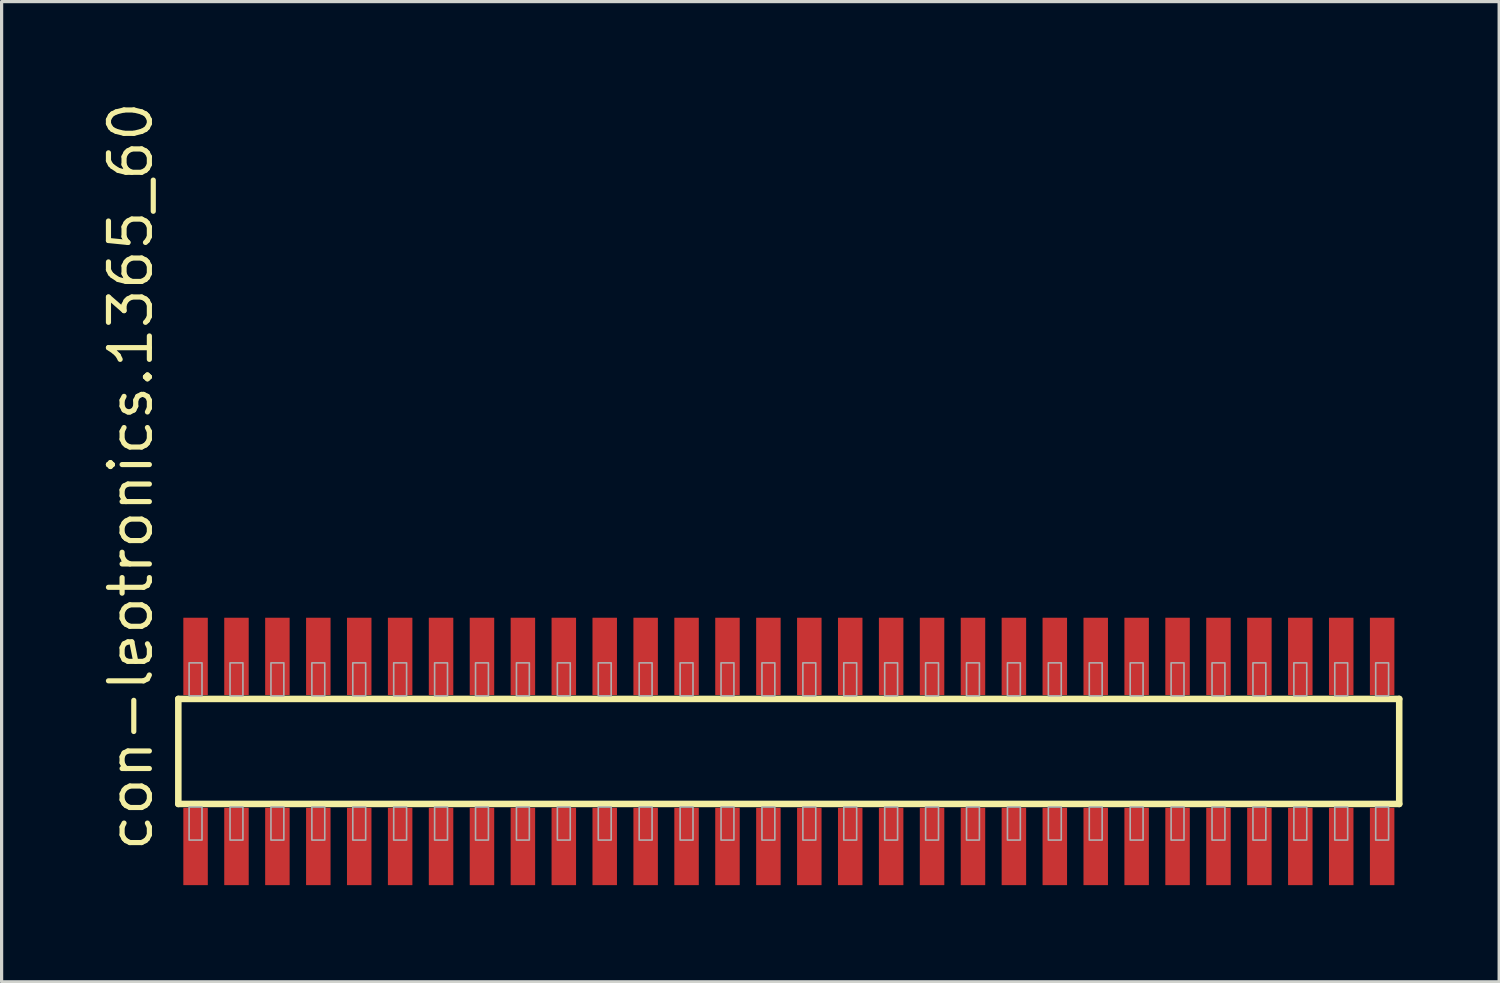
<source format=kicad_pcb>
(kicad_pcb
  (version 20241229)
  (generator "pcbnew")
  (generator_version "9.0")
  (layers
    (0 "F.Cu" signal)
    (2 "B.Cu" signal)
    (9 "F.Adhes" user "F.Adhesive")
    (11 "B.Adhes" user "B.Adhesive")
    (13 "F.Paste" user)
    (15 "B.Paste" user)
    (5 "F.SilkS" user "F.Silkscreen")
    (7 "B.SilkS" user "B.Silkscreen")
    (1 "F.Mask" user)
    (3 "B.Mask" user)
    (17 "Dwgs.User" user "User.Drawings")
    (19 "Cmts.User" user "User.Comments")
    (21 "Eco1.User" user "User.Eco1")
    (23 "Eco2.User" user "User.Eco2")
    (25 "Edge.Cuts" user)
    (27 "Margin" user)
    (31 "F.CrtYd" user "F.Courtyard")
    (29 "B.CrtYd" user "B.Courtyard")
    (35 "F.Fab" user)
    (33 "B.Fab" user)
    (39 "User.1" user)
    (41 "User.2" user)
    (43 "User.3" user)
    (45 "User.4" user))
  (footprint "con-leotronics.1365_60"
    (layer "F.Cu")
    (at 21.435 20.274)
    (property "Reference" "con-leotronics.1365_60" (at -19.685 3.175 90) (layer "F.SilkS") (effects (font (size 1.27 1.27) (thickness 0.16)) (justify left bottom)))
    (attr smd)
    (fp_line (start -18.95 -1.63) (end 18.945 -1.63) (stroke (width 0.203) (type default)) (layer "F.SilkS"))
    (fp_line (start -18.95 1.63) (end -18.95 -1.63) (stroke (width 0.203) (type default)) (layer "F.SilkS"))
    (fp_line (start 18.945 -1.63) (end 18.945 1.63) (stroke (width 0.203) (type default)) (layer "F.SilkS"))
    (fp_line (start 18.945 1.63) (end -18.95 1.63) (stroke (width 0.203) (type default)) (layer "F.SilkS"))
    (fp_rect (start -18.615 -1.725) (end -18.215 -2.75) (stroke (width 0.05) (type default)) (fill no) (layer "F.Fab"))
    (fp_rect (start -18.615 2.75) (end -18.215 1.725) (stroke (width 0.05) (type default)) (fill no) (layer "F.Fab"))
    (fp_rect (start -17.345 -1.725) (end -16.945 -2.75) (stroke (width 0.05) (type default)) (fill no) (layer "F.Fab"))
    (fp_rect (start -17.345 2.75) (end -16.945 1.725) (stroke (width 0.05) (type default)) (fill no) (layer "F.Fab"))
    (fp_rect (start -16.075 -1.725) (end -15.675 -2.75) (stroke (width 0.05) (type default)) (fill no) (layer "F.Fab"))
    (fp_rect (start -16.075 2.75) (end -15.675 1.725) (stroke (width 0.05) (type default)) (fill no) (layer "F.Fab"))
    (fp_rect (start -14.805 -1.725) (end -14.405 -2.75) (stroke (width 0.05) (type default)) (fill no) (layer "F.Fab"))
    (fp_rect (start -14.805 2.75) (end -14.405 1.725) (stroke (width 0.05) (type default)) (fill no) (layer "F.Fab"))
    (fp_rect (start -13.535 -1.725) (end -13.135 -2.75) (stroke (width 0.05) (type default)) (fill no) (layer "F.Fab"))
    (fp_rect (start -13.535 2.75) (end -13.135 1.725) (stroke (width 0.05) (type default)) (fill no) (layer "F.Fab"))
    (fp_rect (start -12.265 -1.725) (end -11.865 -2.75) (stroke (width 0.05) (type default)) (fill no) (layer "F.Fab"))
    (fp_rect (start -12.265 2.75) (end -11.865 1.725) (stroke (width 0.05) (type default)) (fill no) (layer "F.Fab"))
    (fp_rect (start -10.995 -1.725) (end -10.595 -2.75) (stroke (width 0.05) (type default)) (fill no) (layer "F.Fab"))
    (fp_rect (start -10.995 2.75) (end -10.595 1.725) (stroke (width 0.05) (type default)) (fill no) (layer "F.Fab"))
    (fp_rect (start -9.725 -1.725) (end -9.325 -2.75) (stroke (width 0.05) (type default)) (fill no) (layer "F.Fab"))
    (fp_rect (start -9.725 2.75) (end -9.325 1.725) (stroke (width 0.05) (type default)) (fill no) (layer "F.Fab"))
    (fp_rect (start -8.455 -1.725) (end -8.055 -2.75) (stroke (width 0.05) (type default)) (fill no) (layer "F.Fab"))
    (fp_rect (start -8.455 2.75) (end -8.055 1.725) (stroke (width 0.05) (type default)) (fill no) (layer "F.Fab"))
    (fp_rect (start -7.185 -1.725) (end -6.785 -2.75) (stroke (width 0.05) (type default)) (fill no) (layer "F.Fab"))
    (fp_rect (start -7.185 2.75) (end -6.785 1.725) (stroke (width 0.05) (type default)) (fill no) (layer "F.Fab"))
    (fp_rect (start -5.915 -1.725) (end -5.515 -2.75) (stroke (width 0.05) (type default)) (fill no) (layer "F.Fab"))
    (fp_rect (start -5.915 2.75) (end -5.515 1.725) (stroke (width 0.05) (type default)) (fill no) (layer "F.Fab"))
    (fp_rect (start -4.645 -1.725) (end -4.245 -2.75) (stroke (width 0.05) (type default)) (fill no) (layer "F.Fab"))
    (fp_rect (start -4.645 2.75) (end -4.245 1.725) (stroke (width 0.05) (type default)) (fill no) (layer "F.Fab"))
    (fp_rect (start -3.375 -1.725) (end -2.975 -2.75) (stroke (width 0.05) (type default)) (fill no) (layer "F.Fab"))
    (fp_rect (start -3.375 2.75) (end -2.975 1.725) (stroke (width 0.05) (type default)) (fill no) (layer "F.Fab"))
    (fp_rect (start -2.105 -1.725) (end -1.705 -2.75) (stroke (width 0.05) (type default)) (fill no) (layer "F.Fab"))
    (fp_rect (start -2.105 2.75) (end -1.705 1.725) (stroke (width 0.05) (type default)) (fill no) (layer "F.Fab"))
    (fp_rect (start -0.835 -1.725) (end -0.435 -2.75) (stroke (width 0.05) (type default)) (fill no) (layer "F.Fab"))
    (fp_rect (start -0.835 2.75) (end -0.435 1.725) (stroke (width 0.05) (type default)) (fill no) (layer "F.Fab"))
    (fp_rect (start 0.435 -1.725) (end 0.835 -2.75) (stroke (width 0.05) (type default)) (fill no) (layer "F.Fab"))
    (fp_rect (start 0.435 2.75) (end 0.835 1.725) (stroke (width 0.05) (type default)) (fill no) (layer "F.Fab"))
    (fp_rect (start 1.705 -1.725) (end 2.105 -2.75) (stroke (width 0.05) (type default)) (fill no) (layer "F.Fab"))
    (fp_rect (start 1.705 2.75) (end 2.105 1.725) (stroke (width 0.05) (type default)) (fill no) (layer "F.Fab"))
    (fp_rect (start 2.975 -1.725) (end 3.375 -2.75) (stroke (width 0.05) (type default)) (fill no) (layer "F.Fab"))
    (fp_rect (start 2.975 2.75) (end 3.375 1.725) (stroke (width 0.05) (type default)) (fill no) (layer "F.Fab"))
    (fp_rect (start 4.245 -1.725) (end 4.645 -2.75) (stroke (width 0.05) (type default)) (fill no) (layer "F.Fab"))
    (fp_rect (start 4.245 2.75) (end 4.645 1.725) (stroke (width 0.05) (type default)) (fill no) (layer "F.Fab"))
    (fp_rect (start 5.515 -1.725) (end 5.915 -2.75) (stroke (width 0.05) (type default)) (fill no) (layer "F.Fab"))
    (fp_rect (start 5.515 2.75) (end 5.915 1.725) (stroke (width 0.05) (type default)) (fill no) (layer "F.Fab"))
    (fp_rect (start 6.785 -1.725) (end 7.185 -2.75) (stroke (width 0.05) (type default)) (fill no) (layer "F.Fab"))
    (fp_rect (start 6.785 2.75) (end 7.185 1.725) (stroke (width 0.05) (type default)) (fill no) (layer "F.Fab"))
    (fp_rect (start 8.055 -1.725) (end 8.455 -2.75) (stroke (width 0.05) (type default)) (fill no) (layer "F.Fab"))
    (fp_rect (start 8.055 2.75) (end 8.455 1.725) (stroke (width 0.05) (type default)) (fill no) (layer "F.Fab"))
    (fp_rect (start 9.325 -1.725) (end 9.725 -2.75) (stroke (width 0.05) (type default)) (fill no) (layer "F.Fab"))
    (fp_rect (start 9.325 2.75) (end 9.725 1.725) (stroke (width 0.05) (type default)) (fill no) (layer "F.Fab"))
    (fp_rect (start 10.595 -1.725) (end 10.995 -2.75) (stroke (width 0.05) (type default)) (fill no) (layer "F.Fab"))
    (fp_rect (start 10.595 2.75) (end 10.995 1.725) (stroke (width 0.05) (type default)) (fill no) (layer "F.Fab"))
    (fp_rect (start 11.865 -1.725) (end 12.265 -2.75) (stroke (width 0.05) (type default)) (fill no) (layer "F.Fab"))
    (fp_rect (start 11.865 2.75) (end 12.265 1.725) (stroke (width 0.05) (type default)) (fill no) (layer "F.Fab"))
    (fp_rect (start 13.135 -1.725) (end 13.535 -2.75) (stroke (width 0.05) (type default)) (fill no) (layer "F.Fab"))
    (fp_rect (start 13.135 2.75) (end 13.535 1.725) (stroke (width 0.05) (type default)) (fill no) (layer "F.Fab"))
    (fp_rect (start 14.405 -1.725) (end 14.805 -2.75) (stroke (width 0.05) (type default)) (fill no) (layer "F.Fab"))
    (fp_rect (start 14.405 2.75) (end 14.805 1.725) (stroke (width 0.05) (type default)) (fill no) (layer "F.Fab"))
    (fp_rect (start 15.675 -1.725) (end 16.075 -2.75) (stroke (width 0.05) (type default)) (fill no) (layer "F.Fab"))
    (fp_rect (start 15.675 2.75) (end 16.075 1.725) (stroke (width 0.05) (type default)) (fill no) (layer "F.Fab"))
    (fp_rect (start 16.945 -1.725) (end 17.345 -2.75) (stroke (width 0.05) (type default)) (fill no) (layer "F.Fab"))
    (fp_rect (start 16.945 2.75) (end 17.345 1.725) (stroke (width 0.05) (type default)) (fill no) (layer "F.Fab"))
    (fp_rect (start 18.215 -1.725) (end 18.615 -2.75) (stroke (width 0.05) (type default)) (fill no) (layer "F.Fab"))
    (fp_rect (start 18.215 2.75) (end 18.615 1.725) (stroke (width 0.05) (type default)) (fill no) (layer "F.Fab"))
    (pad "1" smd roundrect (at -18.415 2.95) (size 0.76 2.4) (layers "F.Cu" "F.Mask" "F.Paste") (roundrect_rratio 0.01))
    (pad "2" smd roundrect (at -18.415 -2.95) (size 0.76 2.4) (layers "F.Cu" "F.Mask" "F.Paste") (roundrect_rratio 0.01))
    (pad "3" smd roundrect (at -17.145 2.95) (size 0.76 2.4) (layers "F.Cu" "F.Mask" "F.Paste") (roundrect_rratio 0.01))
    (pad "4" smd roundrect (at -17.145 -2.95) (size 0.76 2.4) (layers "F.Cu" "F.Mask" "F.Paste") (roundrect_rratio 0.01))
    (pad "5" smd roundrect (at -15.875 2.95) (size 0.76 2.4) (layers "F.Cu" "F.Mask" "F.Paste") (roundrect_rratio 0.01))
    (pad "6" smd roundrect (at -15.875 -2.95) (size 0.76 2.4) (layers "F.Cu" "F.Mask" "F.Paste") (roundrect_rratio 0.01))
    (pad "7" smd roundrect (at -14.605 2.95) (size 0.76 2.4) (layers "F.Cu" "F.Mask" "F.Paste") (roundrect_rratio 0.01))
    (pad "8" smd roundrect (at -14.605 -2.95) (size 0.76 2.4) (layers "F.Cu" "F.Mask" "F.Paste") (roundrect_rratio 0.01))
    (pad "9" smd roundrect (at -13.335 2.95) (size 0.76 2.4) (layers "F.Cu" "F.Mask" "F.Paste") (roundrect_rratio 0.01))
    (pad "10" smd roundrect (at -13.335 -2.95) (size 0.76 2.4) (layers "F.Cu" "F.Mask" "F.Paste") (roundrect_rratio 0.01))
    (pad "11" smd roundrect (at -12.065 2.95) (size 0.76 2.4) (layers "F.Cu" "F.Mask" "F.Paste") (roundrect_rratio 0.01))
    (pad "12" smd roundrect (at -12.065 -2.95) (size 0.76 2.4) (layers "F.Cu" "F.Mask" "F.Paste") (roundrect_rratio 0.01))
    (pad "13" smd roundrect (at -10.795 2.95) (size 0.76 2.4) (layers "F.Cu" "F.Mask" "F.Paste") (roundrect_rratio 0.01))
    (pad "14" smd roundrect (at -10.795 -2.95) (size 0.76 2.4) (layers "F.Cu" "F.Mask" "F.Paste") (roundrect_rratio 0.01))
    (pad "15" smd roundrect (at -9.525 2.95) (size 0.76 2.4) (layers "F.Cu" "F.Mask" "F.Paste") (roundrect_rratio 0.01))
    (pad "16" smd roundrect (at -9.525 -2.95) (size 0.76 2.4) (layers "F.Cu" "F.Mask" "F.Paste") (roundrect_rratio 0.01))
    (pad "17" smd roundrect (at -8.255 2.95) (size 0.76 2.4) (layers "F.Cu" "F.Mask" "F.Paste") (roundrect_rratio 0.01))
    (pad "18" smd roundrect (at -8.255 -2.95) (size 0.76 2.4) (layers "F.Cu" "F.Mask" "F.Paste") (roundrect_rratio 0.01))
    (pad "19" smd roundrect (at -6.985 2.95) (size 0.76 2.4) (layers "F.Cu" "F.Mask" "F.Paste") (roundrect_rratio 0.01))
    (pad "20" smd roundrect (at -6.985 -2.95) (size 0.76 2.4) (layers "F.Cu" "F.Mask" "F.Paste") (roundrect_rratio 0.01))
    (pad "21" smd roundrect (at -5.715 2.95) (size 0.76 2.4) (layers "F.Cu" "F.Mask" "F.Paste") (roundrect_rratio 0.01))
    (pad "22" smd roundrect (at -5.715 -2.95) (size 0.76 2.4) (layers "F.Cu" "F.Mask" "F.Paste") (roundrect_rratio 0.01))
    (pad "23" smd roundrect (at -4.445 2.95) (size 0.76 2.4) (layers "F.Cu" "F.Mask" "F.Paste") (roundrect_rratio 0.01))
    (pad "24" smd roundrect (at -4.445 -2.95) (size 0.76 2.4) (layers "F.Cu" "F.Mask" "F.Paste") (roundrect_rratio 0.01))
    (pad "25" smd roundrect (at -3.175 2.95) (size 0.76 2.4) (layers "F.Cu" "F.Mask" "F.Paste") (roundrect_rratio 0.01))
    (pad "26" smd roundrect (at -3.175 -2.95) (size 0.76 2.4) (layers "F.Cu" "F.Mask" "F.Paste") (roundrect_rratio 0.01))
    (pad "27" smd roundrect (at -1.905 2.95) (size 0.76 2.4) (layers "F.Cu" "F.Mask" "F.Paste") (roundrect_rratio 0.01))
    (pad "28" smd roundrect (at -1.905 -2.95) (size 0.76 2.4) (layers "F.Cu" "F.Mask" "F.Paste") (roundrect_rratio 0.01))
    (pad "29" smd roundrect (at -0.635 2.95) (size 0.76 2.4) (layers "F.Cu" "F.Mask" "F.Paste") (roundrect_rratio 0.01))
    (pad "30" smd roundrect (at -0.635 -2.95) (size 0.76 2.4) (layers "F.Cu" "F.Mask" "F.Paste") (roundrect_rratio 0.01))
    (pad "31" smd roundrect (at 0.635 2.95) (size 0.76 2.4) (layers "F.Cu" "F.Mask" "F.Paste") (roundrect_rratio 0.01))
    (pad "32" smd roundrect (at 0.635 -2.95) (size 0.76 2.4) (layers "F.Cu" "F.Mask" "F.Paste") (roundrect_rratio 0.01))
    (pad "33" smd roundrect (at 1.905 2.95) (size 0.76 2.4) (layers "F.Cu" "F.Mask" "F.Paste") (roundrect_rratio 0.01))
    (pad "34" smd roundrect (at 1.905 -2.95) (size 0.76 2.4) (layers "F.Cu" "F.Mask" "F.Paste") (roundrect_rratio 0.01))
    (pad "35" smd roundrect (at 3.175 2.95) (size 0.76 2.4) (layers "F.Cu" "F.Mask" "F.Paste") (roundrect_rratio 0.01))
    (pad "36" smd roundrect (at 3.175 -2.95) (size 0.76 2.4) (layers "F.Cu" "F.Mask" "F.Paste") (roundrect_rratio 0.01))
    (pad "37" smd roundrect (at 4.445 2.95) (size 0.76 2.4) (layers "F.Cu" "F.Mask" "F.Paste") (roundrect_rratio 0.01))
    (pad "38" smd roundrect (at 4.445 -2.95) (size 0.76 2.4) (layers "F.Cu" "F.Mask" "F.Paste") (roundrect_rratio 0.01))
    (pad "39" smd roundrect (at 5.715 2.95) (size 0.76 2.4) (layers "F.Cu" "F.Mask" "F.Paste") (roundrect_rratio 0.01))
    (pad "40" smd roundrect (at 5.715 -2.95) (size 0.76 2.4) (layers "F.Cu" "F.Mask" "F.Paste") (roundrect_rratio 0.01))
    (pad "41" smd roundrect (at 6.985 2.95) (size 0.76 2.4) (layers "F.Cu" "F.Mask" "F.Paste") (roundrect_rratio 0.01))
    (pad "42" smd roundrect (at 6.985 -2.95) (size 0.76 2.4) (layers "F.Cu" "F.Mask" "F.Paste") (roundrect_rratio 0.01))
    (pad "43" smd roundrect (at 8.255 2.95) (size 0.76 2.4) (layers "F.Cu" "F.Mask" "F.Paste") (roundrect_rratio 0.01))
    (pad "44" smd roundrect (at 8.255 -2.95) (size 0.76 2.4) (layers "F.Cu" "F.Mask" "F.Paste") (roundrect_rratio 0.01))
    (pad "45" smd roundrect (at 9.525 2.95) (size 0.76 2.4) (layers "F.Cu" "F.Mask" "F.Paste") (roundrect_rratio 0.01))
    (pad "46" smd roundrect (at 9.525 -2.95) (size 0.76 2.4) (layers "F.Cu" "F.Mask" "F.Paste") (roundrect_rratio 0.01))
    (pad "47" smd roundrect (at 10.795 2.95) (size 0.76 2.4) (layers "F.Cu" "F.Mask" "F.Paste") (roundrect_rratio 0.01))
    (pad "48" smd roundrect (at 10.795 -2.95) (size 0.76 2.4) (layers "F.Cu" "F.Mask" "F.Paste") (roundrect_rratio 0.01))
    (pad "49" smd roundrect (at 12.065 2.95) (size 0.76 2.4) (layers "F.Cu" "F.Mask" "F.Paste") (roundrect_rratio 0.01))
    (pad "50" smd roundrect (at 12.065 -2.95) (size 0.76 2.4) (layers "F.Cu" "F.Mask" "F.Paste") (roundrect_rratio 0.01))
    (pad "51" smd roundrect (at 13.335 2.95) (size 0.76 2.4) (layers "F.Cu" "F.Mask" "F.Paste") (roundrect_rratio 0.01))
    (pad "52" smd roundrect (at 13.335 -2.95) (size 0.76 2.4) (layers "F.Cu" "F.Mask" "F.Paste") (roundrect_rratio 0.01))
    (pad "53" smd roundrect (at 14.605 2.95) (size 0.76 2.4) (layers "F.Cu" "F.Mask" "F.Paste") (roundrect_rratio 0.01))
    (pad "54" smd roundrect (at 14.605 -2.95) (size 0.76 2.4) (layers "F.Cu" "F.Mask" "F.Paste") (roundrect_rratio 0.01))
    (pad "55" smd roundrect (at 15.875 2.95) (size 0.76 2.4) (layers "F.Cu" "F.Mask" "F.Paste") (roundrect_rratio 0.01))
    (pad "56" smd roundrect (at 15.875 -2.95) (size 0.76 2.4) (layers "F.Cu" "F.Mask" "F.Paste") (roundrect_rratio 0.01))
    (pad "57" smd roundrect (at 17.145 2.95) (size 0.76 2.4) (layers "F.Cu" "F.Mask" "F.Paste") (roundrect_rratio 0.01))
    (pad "58" smd roundrect (at 17.145 -2.95) (size 0.76 2.4) (layers "F.Cu" "F.Mask" "F.Paste") (roundrect_rratio 0.01))
    (pad "59" smd roundrect (at 18.415 2.95) (size 0.76 2.4) (layers "F.Cu" "F.Mask" "F.Paste") (roundrect_rratio 0.01))
    (pad "60" smd roundrect (at 18.415 -2.95) (size 0.76 2.4) (layers "F.Cu" "F.Mask" "F.Paste") (roundrect_rratio 0.01)))
  (gr_rect
    (start -3 -3)
    (end 43.482 27.424)
    (stroke (width 0.1) (type default))
    (fill no)
    (layer "Edge.Cuts")))
</source>
